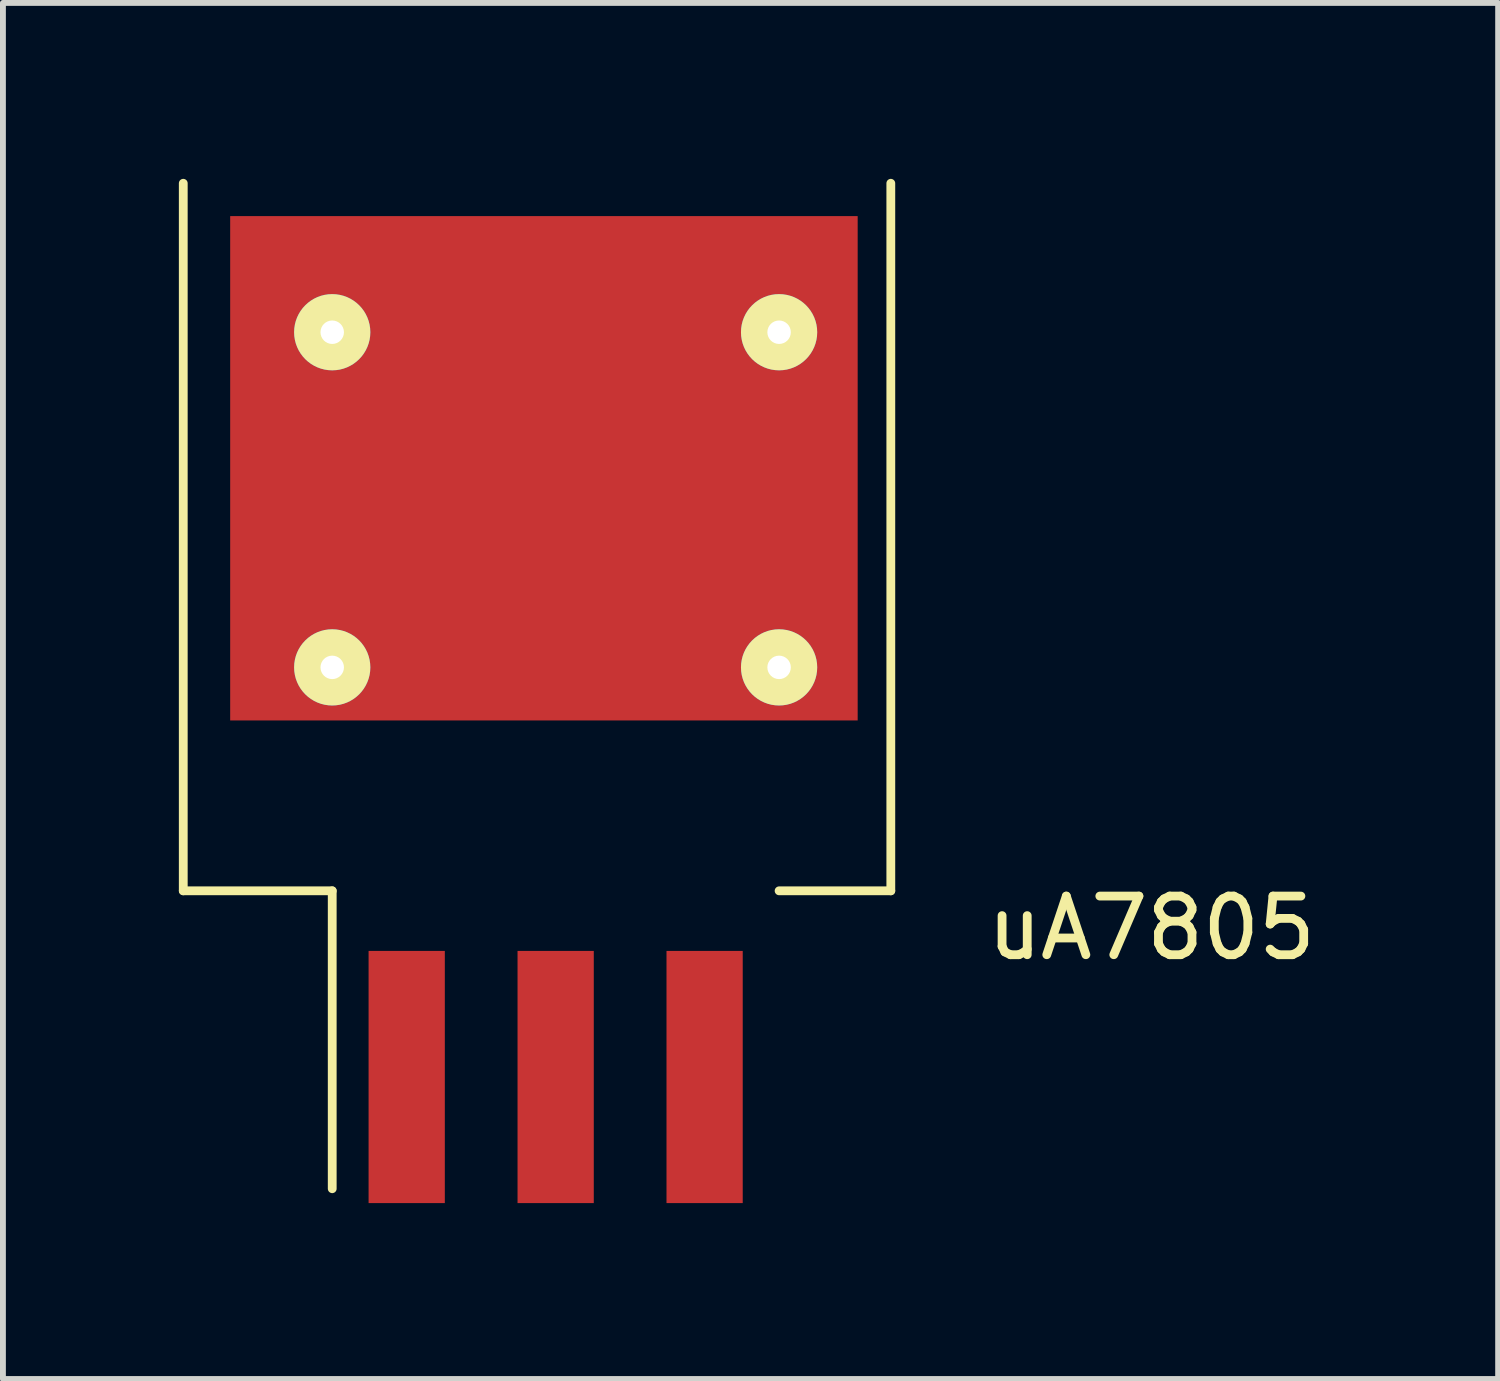
<source format=kicad_pcb>
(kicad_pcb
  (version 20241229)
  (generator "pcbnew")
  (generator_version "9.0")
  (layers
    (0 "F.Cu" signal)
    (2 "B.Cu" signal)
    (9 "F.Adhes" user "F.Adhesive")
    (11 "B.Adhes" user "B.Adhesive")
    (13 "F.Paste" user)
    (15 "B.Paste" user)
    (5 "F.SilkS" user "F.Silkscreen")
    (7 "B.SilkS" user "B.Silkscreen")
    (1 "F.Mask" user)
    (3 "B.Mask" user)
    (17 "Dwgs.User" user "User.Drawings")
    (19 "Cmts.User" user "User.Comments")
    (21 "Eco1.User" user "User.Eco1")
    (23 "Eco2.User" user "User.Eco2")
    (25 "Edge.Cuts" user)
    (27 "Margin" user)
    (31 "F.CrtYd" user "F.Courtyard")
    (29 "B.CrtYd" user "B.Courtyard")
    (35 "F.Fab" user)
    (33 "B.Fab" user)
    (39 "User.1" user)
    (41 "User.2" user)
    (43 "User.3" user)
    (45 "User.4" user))
  (footprint "uA7805"
    (layer "F.Cu")
    (at 6.425 10.235)
    (property "Reference" "uA7805" (at 10.16 2.54 0) (layer "F.SilkS") (effects (font (size 1 1) (thickness 0.15))))
    (attr through_hole)
    (fp_line (start -6.35 1.905) (end -6.35 -10.16) (stroke (width 0.15) (type solid)) (layer "F.SilkS"))
    (fp_line (start -3.81 1.905) (end -6.35 1.905) (stroke (width 0.15) (type solid)) (layer "F.SilkS"))
    (fp_line (start -3.81 6.985) (end -3.81 1.905) (stroke (width 0.15) (type solid)) (layer "F.SilkS"))
    (fp_line (start 3.81 1.905) (end 5.715 1.905) (stroke (width 0.15) (type solid)) (layer "F.SilkS"))
    (fp_line (start 5.715 1.905) (end 5.715 -10.16) (stroke (width 0.15) (type solid)) (layer "F.SilkS"))
    (pad "1" smd rect (at -2.54 5.08) (size 1.3 4.3) (layers "F.Cu" "F.Mask" "F.Paste"))
    (pad "2" thru_hole circle (at -3.81 -7.62) (size 1.3 1.3) (drill 0.4) (layers "*.Cu" "*.Mask" "F.SilkS"))
    (pad "2" thru_hole circle (at -3.81 -1.905) (size 1.3 1.3) (drill 0.4) (layers "*.Cu" "*.Mask" "F.SilkS"))
    (pad "2" smd rect (at -0.2 -5.3) (size 10.7 8.6) (layers "F.Cu" "F.Mask" "F.Paste"))
    (pad "2" smd rect (at 0 5.08) (size 1.3 4.3) (layers "F.Cu" "F.Mask" "F.Paste"))
    (pad "2" thru_hole circle (at 3.81 -7.62) (size 1.3 1.3) (drill 0.4) (layers "*.Cu" "*.Mask" "F.SilkS"))
    (pad "2" thru_hole circle (at 3.81 -1.905) (size 1.3 1.3) (drill 0.4) (layers "*.Cu" "*.Mask" "F.SilkS"))
    (pad "3" smd rect (at 2.54 5.08) (size 1.3 4.3) (layers "F.Cu" "F.Mask" "F.Paste")))
  (gr_rect
    (start -3 -3)
    (end 22.496 20.465)
    (stroke (width 0.1) (type default))
    (fill no)
    (layer "Edge.Cuts")))
</source>
